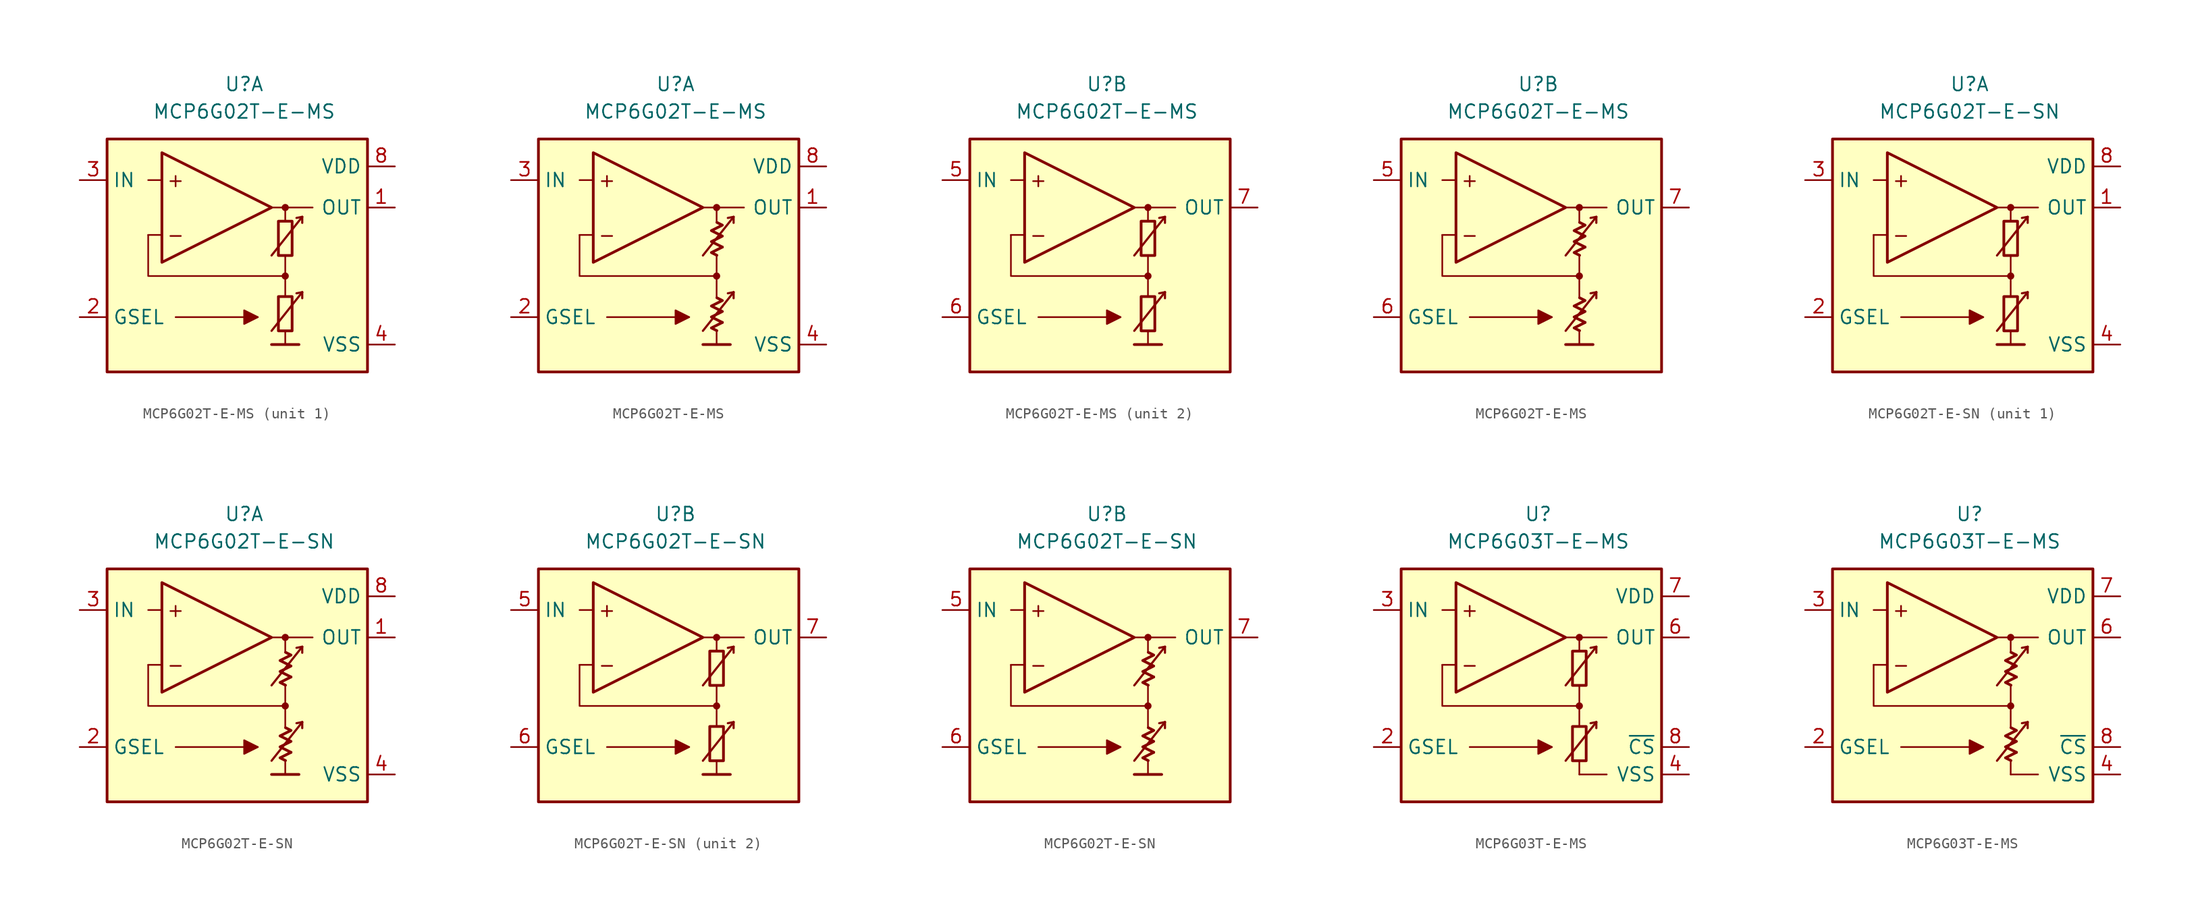
<source format=kicad_sym>
(kicad_symbol_lib
  (version 20231120)
  (generator "kicad_symbol_editor")
  (generator_version "8.0")
  (symbol "MCP6G02T-E-MS"
    (property "Reference" "U"
      (at 0 16.51 0)
      (effects (font (size 1.27 1.27))))
    (property "Value" "MCP6G02T-E-MS"
      (at 0 13.97 0)
      (effects (font (size 1.27 1.27))))
    (property "ki_locked" ""
      (at 0 0 0)
      (effects (font (size 1.27 1.27))))
    (symbol "MCP6G02T-E-MS_0_0"
      (rectangle (start -12.7 11.43) (end 11.43 -10.16) (stroke (width 0.254) (type default)) (fill (type background)))
      (polyline (pts (xy 3.81 -3.81)) (stroke (width 0.152) (type default)) (fill (type none)))
      (polyline (pts (xy 3.81 -3.175)) (stroke (width 0.152) (type default)) (fill (type none)))
      (polyline (pts (xy 3.81 3.81)) (stroke (width 0.152) (type default)) (fill (type none)))
      (polyline (pts (xy 3.81 3.81)) (stroke (width 0.152) (type default)) (fill (type none)))
      (polyline (pts (xy -7.62 2.54) (xy -8.89 2.54)) (stroke (width 0.152) (type default)) (fill (type none)))
      (polyline (pts (xy -7.62 7.62) (xy -8.89 7.62)) (stroke (width 0.152) (type default)) (fill (type none)))
      (polyline (pts (xy -6.35 -5.08) (xy 1.27 -5.08)) (stroke (width 0.152) (type default)) (fill (type none)))
      (polyline (pts (xy 2.54 -7.62) (xy 5.08 -7.62)) (stroke (width 0.254) (type default)) (fill (type none)))
      (polyline (pts (xy 2.54 5.08) (xy 6.35 5.08)) (stroke (width 0.152) (type default)) (fill (type none)))
      (polyline (pts (xy 3.81 -6.35) (xy 3.81 -7.62)) (stroke (width 0.152) (type default)) (fill (type none)))
      (polyline (pts (xy 3.81 -1.27) (xy 3.81 -3.175)) (stroke (width 0.152) (type default)) (fill (type none)))
      (polyline (pts (xy 3.81 0.635) (xy 3.81 -1.27)) (stroke (width 0.152) (type default)) (fill (type none)))
      (polyline (pts (xy 3.81 5.08) (xy 3.81 3.81)) (stroke (width 0.152) (type default)) (fill (type none)))
      (polyline (pts (xy 5.385 -2.769) (xy 4.851 -2.87)) (stroke (width 0.2) (type default)) (fill (type none)))
      (polyline (pts (xy 5.385 -2.769) (xy 5.385 -3.327)) (stroke (width 0.2) (type default)) (fill (type none)))
      (polyline (pts (xy 5.385 4.216) (xy 4.851 4.115)) (stroke (width 0.2) (type default)) (fill (type none)))
      (polyline (pts (xy 5.385 4.216) (xy 5.385 3.658)) (stroke (width 0.2) (type default)) (fill (type none)))
      (polyline (pts (xy 3.81 -1.27) (xy -8.89 -1.27) (xy -8.89 2.54)) (stroke (width 0.152) (type default)) (fill (type none)))
      (polyline (pts (xy -7.62 10.16) (xy -7.62 0) (xy 2.54 5.08) (xy -7.62 10.16)) (stroke (width 0.254) (type default)) (fill (type background)))
      (polyline (pts (xy 2.54 -6.35) (xy 5.385 -2.769) (xy 5.385 -2.769) (xy 5.385 -2.769)) (stroke (width 0.2) (type default)) (fill (type none)))
      (polyline (pts (xy 2.54 0.635) (xy 5.385 4.216) (xy 5.385 4.216) (xy 5.385 4.216)) (stroke (width 0.2) (type default)) (fill (type none)))
      (polyline (pts (xy 1.27 -5.08) (xy 0 -4.445) (xy 0 -5.715) (xy 1.27 -5.08) (xy 0 -4.445)) (stroke (width 0.152) (type default)) (fill (type outline)))
      (circle (center 3.81 -1.27) (radius 0.254) (stroke (width 0.152) (type default)) (fill (type outline)))
      (circle (center 3.81 5.08) (radius 0.254) (stroke (width 0.152) (type default)) (fill (type outline)))
      (text "+" (at -6.35 7.62 0) (effects (font (size 1.27 1.27))))
      (text "-" (at -6.35 2.54 0) (effects (font (size 1.27 1.27)))))
    (symbol "MCP6G02T-E-MS_0_1"
      (rectangle (start 3.175 -3.175) (end 4.445 -6.35) (stroke (width 0.254) (type default)) (fill (type none)))
      (rectangle (start 3.175 3.81) (end 4.445 0.635) (stroke (width 0.254) (type default)) (fill (type none))))
    (symbol "MCP6G02T-E-MS_0_2"
      (polyline (pts (xy 4.343 -5.572) (xy 3.326 -6.08) (xy 3.834 -6.333)) (stroke (width 0.254) (type default)) (fill (type none)))
      (polyline (pts (xy 4.343 1.413) (xy 3.326 0.905) (xy 3.834 0.651)) (stroke (width 0.254) (type default)) (fill (type none)))
      (polyline (pts (xy 3.834 -3.285) (xy 4.343 -3.539) (xy 3.326 -4.048) (xy 4.343 -4.556) (xy 3.326 -5.064) (xy 4.343 -5.572)) (stroke (width 0.254) (type default)) (fill (type none)))
      (polyline (pts (xy 3.834 3.7) (xy 4.343 3.446) (xy 3.326 2.938) (xy 4.343 2.429) (xy 3.326 1.921) (xy 4.343 1.413)) (stroke (width 0.254) (type default)) (fill (type none))))
    (symbol "MCP6G02T-E-MS_1_1"
      (pin output line (at 13.97 5.08 180) (length 2.54) (name "OUT" (effects (font (size 1.27 1.27)))) (number "1" (effects (font (size 1.27 1.27)))))
      (pin input line (at -15.24 -5.08 0) (length 2.54) (name "GSEL" (effects (font (size 1.27 1.27)))) (number "2" (effects (font (size 1.27 1.27)))))
      (pin input line (at -15.24 7.62 0) (length 2.54) (name "IN" (effects (font (size 1.27 1.27)))) (number "3" (effects (font (size 1.27 1.27)))))
      (pin power_in line (at 13.97 -7.62 180) (length 2.54) (name "VSS" (effects (font (size 1.27 1.27)))) (number "4" (effects (font (size 1.27 1.27)))))
      (pin power_in line (at 13.97 8.89 180) (length 2.54) (name "VDD" (effects (font (size 1.27 1.27)))) (number "8" (effects (font (size 1.27 1.27))))))
    (symbol "MCP6G02T-E-MS_1_2"
      (pin output line (at 13.97 5.08 180) (length 2.54) (name "OUT" (effects (font (size 1.27 1.27)))) (number "1" (effects (font (size 1.27 1.27)))))
      (pin input line (at -15.24 -5.08 0) (length 2.54) (name "GSEL" (effects (font (size 1.27 1.27)))) (number "2" (effects (font (size 1.27 1.27)))))
      (pin input line (at -15.24 7.62 0) (length 2.54) (name "IN" (effects (font (size 1.27 1.27)))) (number "3" (effects (font (size 1.27 1.27)))))
      (pin power_in line (at 13.97 -7.62 180) (length 2.54) (name "VSS" (effects (font (size 1.27 1.27)))) (number "4" (effects (font (size 1.27 1.27)))))
      (pin power_in line (at 13.97 8.89 180) (length 2.54) (name "VDD" (effects (font (size 1.27 1.27)))) (number "8" (effects (font (size 1.27 1.27))))))
    (symbol "MCP6G02T-E-MS_2_1"
      (pin input line (at -15.24 7.62 0) (length 2.54) (name "IN" (effects (font (size 1.27 1.27)))) (number "5" (effects (font (size 1.27 1.27)))))
      (pin input line (at -15.24 -5.08 0) (length 2.54) (name "GSEL" (effects (font (size 1.27 1.27)))) (number "6" (effects (font (size 1.27 1.27)))))
      (pin output line (at 13.97 5.08 180) (length 2.54) (name "OUT" (effects (font (size 1.27 1.27)))) (number "7" (effects (font (size 1.27 1.27))))))
    (symbol "MCP6G02T-E-MS_2_2"
      (pin input line (at -15.24 7.62 0) (length 2.54) (name "IN" (effects (font (size 1.27 1.27)))) (number "5" (effects (font (size 1.27 1.27)))))
      (pin input line (at -15.24 -5.08 0) (length 2.54) (name "GSEL" (effects (font (size 1.27 1.27)))) (number "6" (effects (font (size 1.27 1.27)))))
      (pin output line (at 13.97 5.08 180) (length 2.54) (name "OUT" (effects (font (size 1.27 1.27)))) (number "7" (effects (font (size 1.27 1.27)))))))
  (symbol "MCP6G02T-E-SN"
    (property "Reference" "U"
      (at 0 16.51 0)
      (effects (font (size 1.27 1.27))))
    (property "Value" "MCP6G02T-E-SN"
      (at 0 13.97 0)
      (effects (font (size 1.27 1.27))))
    (property "ki_locked" ""
      (at 0 0 0)
      (effects (font (size 1.27 1.27))))
    (symbol "MCP6G02T-E-SN_0_0"
      (rectangle (start -12.7 11.43) (end 11.43 -10.16) (stroke (width 0.254) (type default)) (fill (type background)))
      (polyline (pts (xy 3.81 -3.81)) (stroke (width 0.152) (type default)) (fill (type none)))
      (polyline (pts (xy 3.81 -3.175)) (stroke (width 0.152) (type default)) (fill (type none)))
      (polyline (pts (xy 3.81 3.81)) (stroke (width 0.152) (type default)) (fill (type none)))
      (polyline (pts (xy 3.81 3.81)) (stroke (width 0.152) (type default)) (fill (type none)))
      (polyline (pts (xy -7.62 2.54) (xy -8.89 2.54)) (stroke (width 0.152) (type default)) (fill (type none)))
      (polyline (pts (xy -7.62 7.62) (xy -8.89 7.62)) (stroke (width 0.152) (type default)) (fill (type none)))
      (polyline (pts (xy -6.35 -5.08) (xy 1.27 -5.08)) (stroke (width 0.152) (type default)) (fill (type none)))
      (polyline (pts (xy 2.54 -7.62) (xy 5.08 -7.62)) (stroke (width 0.254) (type default)) (fill (type none)))
      (polyline (pts (xy 2.54 5.08) (xy 6.35 5.08)) (stroke (width 0.152) (type default)) (fill (type none)))
      (polyline (pts (xy 3.81 -6.35) (xy 3.81 -7.62)) (stroke (width 0.152) (type default)) (fill (type none)))
      (polyline (pts (xy 3.81 -1.27) (xy 3.81 -3.175)) (stroke (width 0.152) (type default)) (fill (type none)))
      (polyline (pts (xy 3.81 0.635) (xy 3.81 -1.27)) (stroke (width 0.152) (type default)) (fill (type none)))
      (polyline (pts (xy 3.81 5.08) (xy 3.81 3.81)) (stroke (width 0.152) (type default)) (fill (type none)))
      (polyline (pts (xy 5.385 -2.769) (xy 4.851 -2.87)) (stroke (width 0.2) (type default)) (fill (type none)))
      (polyline (pts (xy 5.385 -2.769) (xy 5.385 -3.327)) (stroke (width 0.2) (type default)) (fill (type none)))
      (polyline (pts (xy 5.385 4.216) (xy 4.851 4.115)) (stroke (width 0.2) (type default)) (fill (type none)))
      (polyline (pts (xy 5.385 4.216) (xy 5.385 3.658)) (stroke (width 0.2) (type default)) (fill (type none)))
      (polyline (pts (xy 3.81 -1.27) (xy -8.89 -1.27) (xy -8.89 2.54)) (stroke (width 0.152) (type default)) (fill (type none)))
      (polyline (pts (xy -7.62 10.16) (xy -7.62 0) (xy 2.54 5.08) (xy -7.62 10.16)) (stroke (width 0.254) (type default)) (fill (type background)))
      (polyline (pts (xy 2.54 -6.35) (xy 5.385 -2.769) (xy 5.385 -2.769) (xy 5.385 -2.769)) (stroke (width 0.2) (type default)) (fill (type none)))
      (polyline (pts (xy 2.54 0.635) (xy 5.385 4.216) (xy 5.385 4.216) (xy 5.385 4.216)) (stroke (width 0.2) (type default)) (fill (type none)))
      (polyline (pts (xy 1.27 -5.08) (xy 0 -4.445) (xy 0 -5.715) (xy 1.27 -5.08) (xy 0 -4.445)) (stroke (width 0.152) (type default)) (fill (type outline)))
      (circle (center 3.81 -1.27) (radius 0.254) (stroke (width 0.152) (type default)) (fill (type outline)))
      (circle (center 3.81 5.08) (radius 0.254) (stroke (width 0.152) (type default)) (fill (type outline)))
      (text "+" (at -6.35 7.62 0) (effects (font (size 1.27 1.27))))
      (text "-" (at -6.35 2.54 0) (effects (font (size 1.27 1.27)))))
    (symbol "MCP6G02T-E-SN_0_1"
      (rectangle (start 3.175 -3.175) (end 4.445 -6.35) (stroke (width 0.254) (type default)) (fill (type none)))
      (rectangle (start 3.175 3.81) (end 4.445 0.635) (stroke (width 0.254) (type default)) (fill (type none))))
    (symbol "MCP6G02T-E-SN_0_2"
      (polyline (pts (xy 4.343 -5.572) (xy 3.326 -6.08) (xy 3.834 -6.333)) (stroke (width 0.254) (type default)) (fill (type none)))
      (polyline (pts (xy 4.343 1.413) (xy 3.326 0.905) (xy 3.834 0.651)) (stroke (width 0.254) (type default)) (fill (type none)))
      (polyline (pts (xy 3.834 -3.285) (xy 4.343 -3.539) (xy 3.326 -4.048) (xy 4.343 -4.556) (xy 3.326 -5.064) (xy 4.343 -5.572)) (stroke (width 0.254) (type default)) (fill (type none)))
      (polyline (pts (xy 3.834 3.7) (xy 4.343 3.446) (xy 3.326 2.938) (xy 4.343 2.429) (xy 3.326 1.921) (xy 4.343 1.413)) (stroke (width 0.254) (type default)) (fill (type none))))
    (symbol "MCP6G02T-E-SN_1_1"
      (pin output line (at 13.97 5.08 180) (length 2.54) (name "OUT" (effects (font (size 1.27 1.27)))) (number "1" (effects (font (size 1.27 1.27)))))
      (pin input line (at -15.24 -5.08 0) (length 2.54) (name "GSEL" (effects (font (size 1.27 1.27)))) (number "2" (effects (font (size 1.27 1.27)))))
      (pin input line (at -15.24 7.62 0) (length 2.54) (name "IN" (effects (font (size 1.27 1.27)))) (number "3" (effects (font (size 1.27 1.27)))))
      (pin power_in line (at 13.97 -7.62 180) (length 2.54) (name "VSS" (effects (font (size 1.27 1.27)))) (number "4" (effects (font (size 1.27 1.27)))))
      (pin power_in line (at 13.97 8.89 180) (length 2.54) (name "VDD" (effects (font (size 1.27 1.27)))) (number "8" (effects (font (size 1.27 1.27))))))
    (symbol "MCP6G02T-E-SN_1_2"
      (pin output line (at 13.97 5.08 180) (length 2.54) (name "OUT" (effects (font (size 1.27 1.27)))) (number "1" (effects (font (size 1.27 1.27)))))
      (pin input line (at -15.24 -5.08 0) (length 2.54) (name "GSEL" (effects (font (size 1.27 1.27)))) (number "2" (effects (font (size 1.27 1.27)))))
      (pin input line (at -15.24 7.62 0) (length 2.54) (name "IN" (effects (font (size 1.27 1.27)))) (number "3" (effects (font (size 1.27 1.27)))))
      (pin power_in line (at 13.97 -7.62 180) (length 2.54) (name "VSS" (effects (font (size 1.27 1.27)))) (number "4" (effects (font (size 1.27 1.27)))))
      (pin power_in line (at 13.97 8.89 180) (length 2.54) (name "VDD" (effects (font (size 1.27 1.27)))) (number "8" (effects (font (size 1.27 1.27))))))
    (symbol "MCP6G02T-E-SN_2_1"
      (pin input line (at -15.24 7.62 0) (length 2.54) (name "IN" (effects (font (size 1.27 1.27)))) (number "5" (effects (font (size 1.27 1.27)))))
      (pin input line (at -15.24 -5.08 0) (length 2.54) (name "GSEL" (effects (font (size 1.27 1.27)))) (number "6" (effects (font (size 1.27 1.27)))))
      (pin output line (at 13.97 5.08 180) (length 2.54) (name "OUT" (effects (font (size 1.27 1.27)))) (number "7" (effects (font (size 1.27 1.27))))))
    (symbol "MCP6G02T-E-SN_2_2"
      (pin input line (at -15.24 7.62 0) (length 2.54) (name "IN" (effects (font (size 1.27 1.27)))) (number "5" (effects (font (size 1.27 1.27)))))
      (pin input line (at -15.24 -5.08 0) (length 2.54) (name "GSEL" (effects (font (size 1.27 1.27)))) (number "6" (effects (font (size 1.27 1.27)))))
      (pin output line (at 13.97 5.08 180) (length 2.54) (name "OUT" (effects (font (size 1.27 1.27)))) (number "7" (effects (font (size 1.27 1.27)))))))
  (symbol "MCP6G03T-E-MS"
    (property "Reference" "U"
      (at 0 16.51 0)
      (effects (font (size 1.27 1.27))))
    (property "Value" "MCP6G03T-E-MS"
      (at 0 13.97 0)
      (effects (font (size 1.27 1.27))))
    (symbol "MCP6G03T-E-MS_0_0"
      (rectangle (start -12.7 11.43) (end 11.43 -10.16) (stroke (width 0.254) (type default)) (fill (type background)))
      (polyline (pts (xy 3.81 -3.81)) (stroke (width 0.152) (type default)) (fill (type none)))
      (polyline (pts (xy 3.81 -3.175)) (stroke (width 0.152) (type default)) (fill (type none)))
      (polyline (pts (xy 3.81 3.81)) (stroke (width 0.152) (type default)) (fill (type none)))
      (polyline (pts (xy 3.81 3.81)) (stroke (width 0.152) (type default)) (fill (type none)))
      (polyline (pts (xy -7.62 2.54) (xy -8.89 2.54)) (stroke (width 0.152) (type default)) (fill (type none)))
      (polyline (pts (xy -7.62 7.62) (xy -8.89 7.62)) (stroke (width 0.152) (type default)) (fill (type none)))
      (polyline (pts (xy 2.54 5.08) (xy 6.35 5.08)) (stroke (width 0.152) (type default)) (fill (type none)))
      (polyline (pts (xy 3.81 -7.62) (xy 6.35 -7.62)) (stroke (width 0) (type default)) (fill (type none)))
      (polyline (pts (xy 3.81 -6.35) (xy 3.81 -7.62)) (stroke (width 0.152) (type default)) (fill (type none)))
      (polyline (pts (xy 3.81 -1.27) (xy 3.81 -3.175)) (stroke (width 0.152) (type default)) (fill (type none)))
      (polyline (pts (xy 3.81 0.635) (xy 3.81 -1.27)) (stroke (width 0.152) (type default)) (fill (type none)))
      (polyline (pts (xy 3.81 5.08) (xy 3.81 3.81)) (stroke (width 0.152) (type default)) (fill (type none)))
      (polyline (pts (xy 3.81 -1.27) (xy -8.89 -1.27) (xy -8.89 2.54)) (stroke (width 0.152) (type default)) (fill (type none)))
      (circle (center 3.81 -1.27) (radius 0.254) (stroke (width 0.152) (type default)) (fill (type outline)))
      (circle (center 3.81 5.08) (radius 0.254) (stroke (width 0.152) (type default)) (fill (type outline)))
      (text "+" (at -6.35 7.62 0) (effects (font (size 1.27 1.27))))
      (text "-" (at -6.35 2.54 0) (effects (font (size 1.27 1.27)))))
    (symbol "MCP6G03T-E-MS_0_1"
      (rectangle (start 3.175 -3.175) (end 4.445 -6.35) (stroke (width 0.254) (type default)) (fill (type none)))
      (rectangle (start 3.175 3.81) (end 4.445 0.635) (stroke (width 0.254) (type default)) (fill (type none))))
    (symbol "MCP6G03T-E-MS_0_2"
      (polyline (pts (xy 4.343 -5.572) (xy 3.326 -6.08) (xy 3.834 -6.333)) (stroke (width 0.254) (type default)) (fill (type none)))
      (polyline (pts (xy 4.343 1.413) (xy 3.326 0.905) (xy 3.834 0.651)) (stroke (width 0.254) (type default)) (fill (type none)))
      (polyline (pts (xy 3.834 -3.285) (xy 4.343 -3.539) (xy 3.326 -4.048) (xy 4.343 -4.556) (xy 3.326 -5.064) (xy 4.343 -5.572)) (stroke (width 0.254) (type default)) (fill (type none)))
      (polyline (pts (xy 3.834 3.7) (xy 4.343 3.446) (xy 3.326 2.938) (xy 4.343 2.429) (xy 3.326 1.921) (xy 4.343 1.413)) (stroke (width 0.254) (type default)) (fill (type none))))
    (symbol "MCP6G03T-E-MS_1_0"
      (polyline (pts (xy -6.35 -5.08) (xy 1.27 -5.08)) (stroke (width 0.152) (type default)) (fill (type none)))
      (polyline (pts (xy 5.385 -2.769) (xy 4.851 -2.87)) (stroke (width 0.2) (type default)) (fill (type none)))
      (polyline (pts (xy 5.385 -2.769) (xy 5.385 -3.327)) (stroke (width 0.2) (type default)) (fill (type none)))
      (polyline (pts (xy 5.385 4.216) (xy 4.851 4.115)) (stroke (width 0.2) (type default)) (fill (type none)))
      (polyline (pts (xy 5.385 4.216) (xy 5.385 3.658)) (stroke (width 0.2) (type default)) (fill (type none)))
      (polyline (pts (xy -7.62 10.16) (xy -7.62 0) (xy 2.54 5.08) (xy -7.62 10.16)) (stroke (width 0.254) (type default)) (fill (type background)))
      (polyline (pts (xy 2.54 -6.35) (xy 5.385 -2.769) (xy 5.385 -2.769) (xy 5.385 -2.769)) (stroke (width 0.2) (type default)) (fill (type none)))
      (polyline (pts (xy 2.54 0.635) (xy 5.385 4.216) (xy 5.385 4.216) (xy 5.385 4.216)) (stroke (width 0.2) (type default)) (fill (type none)))
      (polyline (pts (xy 1.27 -5.08) (xy 0 -4.445) (xy 0 -5.715) (xy 1.27 -5.08) (xy 0 -4.445)) (stroke (width 0.152) (type default)) (fill (type outline))))
    (symbol "MCP6G03T-E-MS_1_1"
      (pin free line (at -2.54 -3.81 0) (length 2.54) hide (name "NC" (effects (font (size 1.27 1.27)))) (number "1" (effects (font (size 1.27 1.27)))))
      (pin input line (at -15.24 -5.08 0) (length 2.54) (name "GSEL" (effects (font (size 1.27 1.27)))) (number "2" (effects (font (size 1.27 1.27)))))
      (pin input line (at -15.24 7.62 0) (length 2.54) (name "IN" (effects (font (size 1.27 1.27)))) (number "3" (effects (font (size 1.27 1.27)))))
      (pin power_in line (at 13.97 -7.62 180) (length 2.54) (name "VSS" (effects (font (size 1.27 1.27)))) (number "4" (effects (font (size 1.27 1.27)))))
      (pin free line (at -2.54 -6.35 0) (length 2.54) hide (name "NC" (effects (font (size 1.27 1.27)))) (number "5" (effects (font (size 1.27 1.27)))))
      (pin output line (at 13.97 5.08 180) (length 2.54) (name "OUT" (effects (font (size 1.27 1.27)))) (number "6" (effects (font (size 1.27 1.27)))))
      (pin power_in line (at 13.97 8.89 180) (length 2.54) (name "VDD" (effects (font (size 1.27 1.27)))) (number "7" (effects (font (size 1.27 1.27)))))
      (pin input line (at 13.97 -5.08 180) (length 2.54) (name "~{CS}" (effects (font (size 1.27 1.27)))) (number "8" (effects (font (size 1.27 1.27))))))
    (symbol "MCP6G03T-E-MS_1_2"
      (pin free line (at -2.54 -3.81 0) (length 2.54) hide (name "NC" (effects (font (size 1.27 1.27)))) (number "1" (effects (font (size 1.27 1.27)))))
      (pin input line (at -15.24 -5.08 0) (length 2.54) (name "GSEL" (effects (font (size 1.27 1.27)))) (number "2" (effects (font (size 1.27 1.27)))))
      (pin input line (at -15.24 7.62 0) (length 2.54) (name "IN" (effects (font (size 1.27 1.27)))) (number "3" (effects (font (size 1.27 1.27)))))
      (pin power_in line (at 13.97 -7.62 180) (length 2.54) (name "VSS" (effects (font (size 1.27 1.27)))) (number "4" (effects (font (size 1.27 1.27)))))
      (pin free line (at -2.54 -6.35 0) (length 2.54) hide (name "NC" (effects (font (size 1.27 1.27)))) (number "5" (effects (font (size 1.27 1.27)))))
      (pin output line (at 13.97 5.08 180) (length 2.54) (name "OUT" (effects (font (size 1.27 1.27)))) (number "6" (effects (font (size 1.27 1.27)))))
      (pin power_in line (at 13.97 8.89 180) (length 2.54) (name "VDD" (effects (font (size 1.27 1.27)))) (number "7" (effects (font (size 1.27 1.27)))))
      (pin input line (at 13.97 -5.08 180) (length 2.54) (name "~{CS}" (effects (font (size 1.27 1.27)))) (number "8" (effects (font (size 1.27 1.27))))))))
</source>
